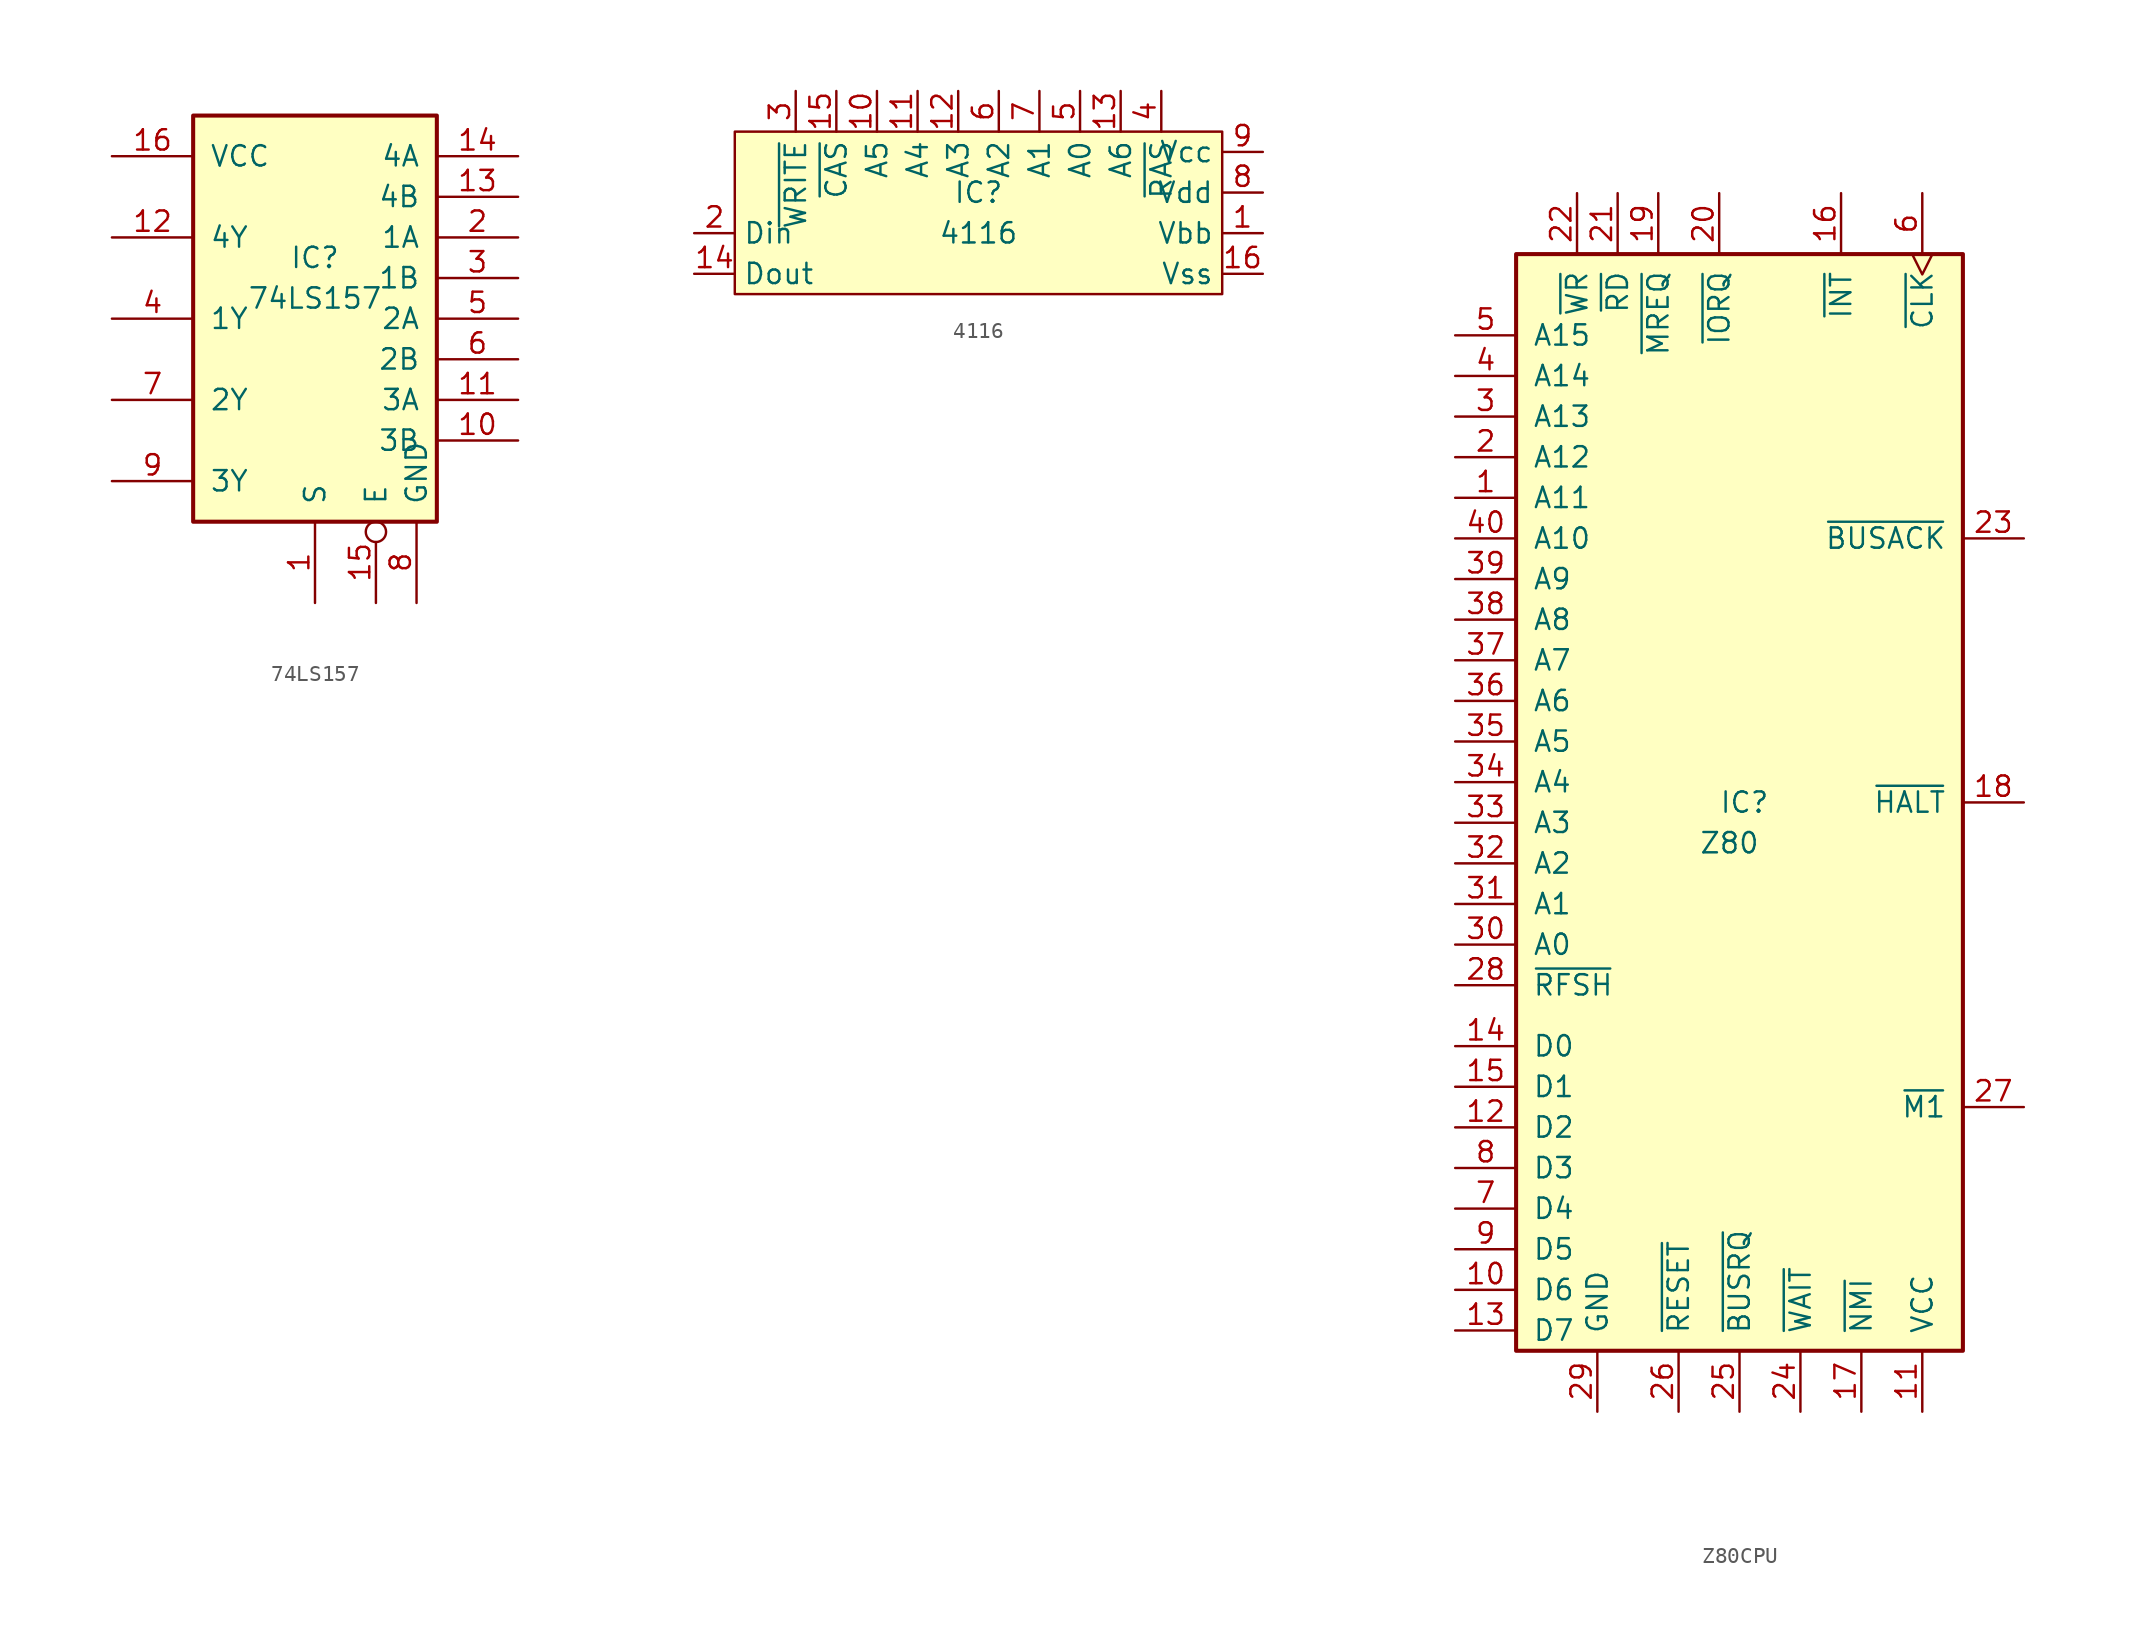
<source format=kicad_sym>
(kicad_symbol_lib
  (version 20220914)
  (generator kicad_symbol_editor)
  (symbol "74LS157"
    (pin_names
      (offset 1.016))
    (property "Reference" "IC"
      (at 0 3.81 0)
      (effects (font (size 1.27 1.27))))
    (property "Value" "74LS157"
      (at 0 1.27 0)
      (effects (font (size 1.27 1.27))))
    (symbol "74LS157_1_0"
      (pin input line (at 0 -17.78 90) (length 5.08) (name "S" (effects (font (size 1.27 1.27)))) (number "1" (effects (font (size 1.27 1.27)))))
      (pin input line (at 12.7 -7.62 180) (length 5.08) (name "3B" (effects (font (size 1.27 1.27)))) (number "10" (effects (font (size 1.27 1.27)))))
      (pin input line (at 12.7 -5.08 180) (length 5.08) (name "3A" (effects (font (size 1.27 1.27)))) (number "11" (effects (font (size 1.27 1.27)))))
      (pin output line (at -12.7 5.08 0) (length 5.08) (name "4Y" (effects (font (size 1.27 1.27)))) (number "12" (effects (font (size 1.27 1.27)))))
      (pin input line (at 12.7 7.62 180) (length 5.08) (name "4B" (effects (font (size 1.27 1.27)))) (number "13" (effects (font (size 1.27 1.27)))))
      (pin input line (at 12.7 10.16 180) (length 5.08) (name "4A" (effects (font (size 1.27 1.27)))) (number "14" (effects (font (size 1.27 1.27)))))
      (pin input inverted (at 3.81 -17.78 90) (length 5.08) (name "E" (effects (font (size 1.27 1.27)))) (number "15" (effects (font (size 1.27 1.27)))))
      (pin power_in line (at -12.7 10.16 0) (length 5.08) (name "VCC" (effects (font (size 1.27 1.27)))) (number "16" (effects (font (size 1.27 1.27)))))
      (pin input line (at 12.7 5.08 180) (length 5.08) (name "1A" (effects (font (size 1.27 1.27)))) (number "2" (effects (font (size 1.27 1.27)))))
      (pin input line (at 12.7 2.54 180) (length 5.08) (name "1B" (effects (font (size 1.27 1.27)))) (number "3" (effects (font (size 1.27 1.27)))))
      (pin output line (at -12.7 0 0) (length 5.08) (name "1Y" (effects (font (size 1.27 1.27)))) (number "4" (effects (font (size 1.27 1.27)))))
      (pin input line (at 12.7 0 180) (length 5.08) (name "2A" (effects (font (size 1.27 1.27)))) (number "5" (effects (font (size 1.27 1.27)))))
      (pin input line (at 12.7 -2.54 180) (length 5.08) (name "2B" (effects (font (size 1.27 1.27)))) (number "6" (effects (font (size 1.27 1.27)))))
      (pin output line (at -12.7 -5.08 0) (length 5.08) (name "2Y" (effects (font (size 1.27 1.27)))) (number "7" (effects (font (size 1.27 1.27)))))
      (pin power_in line (at 6.35 -17.78 90) (length 5.08) (name "GND" (effects (font (size 1.27 1.27)))) (number "8" (effects (font (size 1.27 1.27)))))
      (pin output line (at -12.7 -10.16 0) (length 5.08) (name "3Y" (effects (font (size 1.27 1.27)))) (number "9" (effects (font (size 1.27 1.27))))))
    (symbol "74LS157_1_1"
      (rectangle (start -7.62 12.7) (end 7.62 -12.7) (stroke (width 0.254) (type default)) (fill (type background)))))
  (symbol "4116"
    (property "Reference" "IC"
      (at 0 1.27 0)
      (effects (font (size 1.27 1.27))))
    (property "Value" "4116"
      (at 0 -1.27 0)
      (effects (font (size 1.27 1.27))))
    (symbol "4116_1_1"
      (rectangle (start -15.24 5.08) (end 15.24 -5.08) (stroke (width 0) (type default)) (fill (type background)))
      (pin passive line (at 17.78 -1.27 180) (length 2.54) (name "Vbb" (effects (font (size 1.27 1.27)))) (number "1" (effects (font (size 1.27 1.27)))))
      (pin input line (at -6.35 7.62 270) (length 2.54) (name "A5" (effects (font (size 1.27 1.27)))) (number "10" (effects (font (size 1.27 1.27)))))
      (pin input line (at -3.81 7.62 270) (length 2.54) (name "A4" (effects (font (size 1.27 1.27)))) (number "11" (effects (font (size 1.27 1.27)))))
      (pin input line (at -1.27 7.62 270) (length 2.54) (name "A3" (effects (font (size 1.27 1.27)))) (number "12" (effects (font (size 1.27 1.27)))))
      (pin input line (at 8.89 7.62 270) (length 2.54) (name "A6" (effects (font (size 1.27 1.27)))) (number "13" (effects (font (size 1.27 1.27)))))
      (pin output line (at -17.78 -3.81 0) (length 2.54) (name "Dout" (effects (font (size 1.27 1.27)))) (number "14" (effects (font (size 1.27 1.27)))))
      (pin input line (at -8.89 7.62 270) (length 2.54) (name "~{CAS}" (effects (font (size 1.27 1.27)))) (number "15" (effects (font (size 1.27 1.27)))))
      (pin passive line (at 17.78 -3.81 180) (length 2.54) (name "Vss" (effects (font (size 1.27 1.27)))) (number "16" (effects (font (size 1.27 1.27)))))
      (pin input line (at -17.78 -1.27 0) (length 2.54) (name "Din" (effects (font (size 1.27 1.27)))) (number "2" (effects (font (size 1.27 1.27)))))
      (pin input line (at -11.43 7.62 270) (length 2.54) (name "~{WRITE}" (effects (font (size 1.27 1.27)))) (number "3" (effects (font (size 1.27 1.27)))))
      (pin input line (at 11.43 7.62 270) (length 2.54) (name "~{RAS}" (effects (font (size 1.27 1.27)))) (number "4" (effects (font (size 1.27 1.27)))))
      (pin input line (at 6.35 7.62 270) (length 2.54) (name "A0" (effects (font (size 1.27 1.27)))) (number "5" (effects (font (size 1.27 1.27)))))
      (pin input line (at 1.27 7.62 270) (length 2.54) (name "A2" (effects (font (size 1.27 1.27)))) (number "6" (effects (font (size 1.27 1.27)))))
      (pin input line (at 3.81 7.62 270) (length 2.54) (name "A1" (effects (font (size 1.27 1.27)))) (number "7" (effects (font (size 1.27 1.27)))))
      (pin passive line (at 17.78 1.27 180) (length 2.54) (name "Vdd" (effects (font (size 1.27 1.27)))) (number "8" (effects (font (size 1.27 1.27)))))
      (pin passive line (at 17.78 3.81 180) (length 2.54) (name "Vcc" (effects (font (size 1.27 1.27)))) (number "9" (effects (font (size 1.27 1.27)))))))
  (symbol "Z80CPU"
    (pin_names
      (offset 1.016))
    (property "Reference" "IC"
      (at -1.27 0 0)
      (effects (font (size 1.27 1.27)) (justify left)))
    (property "Value" "Z80"
      (at -2.54 -2.54 0)
      (effects (font (size 1.27 1.27)) (justify left)))
    (symbol "Z80CPU_0_1"
      (rectangle (start -13.97 34.29) (end 13.97 -34.29) (stroke (width 0.254) (type default)) (fill (type background))))
    (symbol "Z80CPU_1_1"
      (pin output line (at -17.78 19.05 0) (length 3.81) (name "A11" (effects (font (size 1.27 1.27)))) (number "1" (effects (font (size 1.27 1.27)))))
      (pin bidirectional line (at -17.78 -30.48 0) (length 3.81) (name "D6" (effects (font (size 1.27 1.27)))) (number "10" (effects (font (size 1.27 1.27)))))
      (pin power_in line (at 11.43 -38.1 90) (length 3.81) (name "VCC" (effects (font (size 1.27 1.27)))) (number "11" (effects (font (size 1.27 1.27)))))
      (pin bidirectional line (at -17.78 -20.32 0) (length 3.81) (name "D2" (effects (font (size 1.27 1.27)))) (number "12" (effects (font (size 1.27 1.27)))))
      (pin bidirectional line (at -17.78 -33.02 0) (length 3.81) (name "D7" (effects (font (size 1.27 1.27)))) (number "13" (effects (font (size 1.27 1.27)))))
      (pin bidirectional line (at -17.78 -15.24 0) (length 3.81) (name "D0" (effects (font (size 1.27 1.27)))) (number "14" (effects (font (size 1.27 1.27)))))
      (pin bidirectional line (at -17.78 -17.78 0) (length 3.81) (name "D1" (effects (font (size 1.27 1.27)))) (number "15" (effects (font (size 1.27 1.27)))))
      (pin input line (at 6.35 38.1 270) (length 3.81) (name "~{INT}" (effects (font (size 1.27 1.27)))) (number "16" (effects (font (size 1.27 1.27)))))
      (pin input line (at 7.62 -38.1 90) (length 3.81) (name "~{NMI}" (effects (font (size 1.27 1.27)))) (number "17" (effects (font (size 1.27 1.27)))))
      (pin output line (at 17.78 0 180) (length 3.81) (name "~{HALT}" (effects (font (size 1.27 1.27)))) (number "18" (effects (font (size 1.27 1.27)))))
      (pin output line (at -5.08 38.1 270) (length 3.81) (name "~{MREQ}" (effects (font (size 1.27 1.27)))) (number "19" (effects (font (size 1.27 1.27)))))
      (pin output line (at -17.78 21.59 0) (length 3.81) (name "A12" (effects (font (size 1.27 1.27)))) (number "2" (effects (font (size 1.27 1.27)))))
      (pin output line (at -1.27 38.1 270) (length 3.81) (name "~{IORQ}" (effects (font (size 1.27 1.27)))) (number "20" (effects (font (size 1.27 1.27)))))
      (pin output line (at -7.62 38.1 270) (length 3.81) (name "~{RD}" (effects (font (size 1.27 1.27)))) (number "21" (effects (font (size 1.27 1.27)))))
      (pin output line (at -10.16 38.1 270) (length 3.81) (name "~{WR}" (effects (font (size 1.27 1.27)))) (number "22" (effects (font (size 1.27 1.27)))))
      (pin output line (at 17.78 16.51 180) (length 3.81) (name "~{BUSACK}" (effects (font (size 1.27 1.27)))) (number "23" (effects (font (size 1.27 1.27)))))
      (pin input line (at 3.81 -38.1 90) (length 3.81) (name "~{WAIT}" (effects (font (size 1.27 1.27)))) (number "24" (effects (font (size 1.27 1.27)))))
      (pin input line (at 0 -38.1 90) (length 3.81) (name "~{BUSRQ}" (effects (font (size 1.27 1.27)))) (number "25" (effects (font (size 1.27 1.27)))))
      (pin input line (at -3.81 -38.1 90) (length 3.81) (name "~{RESET}" (effects (font (size 1.27 1.27)))) (number "26" (effects (font (size 1.27 1.27)))))
      (pin output line (at 17.78 -19.05 180) (length 3.81) (name "~{M1}" (effects (font (size 1.27 1.27)))) (number "27" (effects (font (size 1.27 1.27)))))
      (pin output line (at -17.78 -11.43 0) (length 3.81) (name "~{RFSH}" (effects (font (size 1.27 1.27)))) (number "28" (effects (font (size 1.27 1.27)))))
      (pin power_in line (at -8.89 -38.1 90) (length 3.81) (name "GND" (effects (font (size 1.27 1.27)))) (number "29" (effects (font (size 1.27 1.27)))))
      (pin output line (at -17.78 24.13 0) (length 3.81) (name "A13" (effects (font (size 1.27 1.27)))) (number "3" (effects (font (size 1.27 1.27)))))
      (pin output line (at -17.78 -8.89 0) (length 3.81) (name "A0" (effects (font (size 1.27 1.27)))) (number "30" (effects (font (size 1.27 1.27)))))
      (pin output line (at -17.78 -6.35 0) (length 3.81) (name "A1" (effects (font (size 1.27 1.27)))) (number "31" (effects (font (size 1.27 1.27)))))
      (pin output line (at -17.78 -3.81 0) (length 3.81) (name "A2" (effects (font (size 1.27 1.27)))) (number "32" (effects (font (size 1.27 1.27)))))
      (pin output line (at -17.78 -1.27 0) (length 3.81) (name "A3" (effects (font (size 1.27 1.27)))) (number "33" (effects (font (size 1.27 1.27)))))
      (pin output line (at -17.78 1.27 0) (length 3.81) (name "A4" (effects (font (size 1.27 1.27)))) (number "34" (effects (font (size 1.27 1.27)))))
      (pin output line (at -17.78 3.81 0) (length 3.81) (name "A5" (effects (font (size 1.27 1.27)))) (number "35" (effects (font (size 1.27 1.27)))))
      (pin output line (at -17.78 6.35 0) (length 3.81) (name "A6" (effects (font (size 1.27 1.27)))) (number "36" (effects (font (size 1.27 1.27)))))
      (pin output line (at -17.78 8.89 0) (length 3.81) (name "A7" (effects (font (size 1.27 1.27)))) (number "37" (effects (font (size 1.27 1.27)))))
      (pin output line (at -17.78 11.43 0) (length 3.81) (name "A8" (effects (font (size 1.27 1.27)))) (number "38" (effects (font (size 1.27 1.27)))))
      (pin output line (at -17.78 13.97 0) (length 3.81) (name "A9" (effects (font (size 1.27 1.27)))) (number "39" (effects (font (size 1.27 1.27)))))
      (pin output line (at -17.78 26.67 0) (length 3.81) (name "A14" (effects (font (size 1.27 1.27)))) (number "4" (effects (font (size 1.27 1.27)))))
      (pin output line (at -17.78 16.51 0) (length 3.81) (name "A10" (effects (font (size 1.27 1.27)))) (number "40" (effects (font (size 1.27 1.27)))))
      (pin output line (at -17.78 29.21 0) (length 3.81) (name "A15" (effects (font (size 1.27 1.27)))) (number "5" (effects (font (size 1.27 1.27)))))
      (pin input clock (at 11.43 38.1 270) (length 3.81) (name "~{CLK}" (effects (font (size 1.27 1.27)))) (number "6" (effects (font (size 1.27 1.27)))))
      (pin bidirectional line (at -17.78 -25.4 0) (length 3.81) (name "D4" (effects (font (size 1.27 1.27)))) (number "7" (effects (font (size 1.27 1.27)))))
      (pin bidirectional line (at -17.78 -22.86 0) (length 3.81) (name "D3" (effects (font (size 1.27 1.27)))) (number "8" (effects (font (size 1.27 1.27)))))
      (pin bidirectional line (at -17.78 -27.94 0) (length 3.81) (name "D5" (effects (font (size 1.27 1.27)))) (number "9" (effects (font (size 1.27 1.27))))))))
</source>
